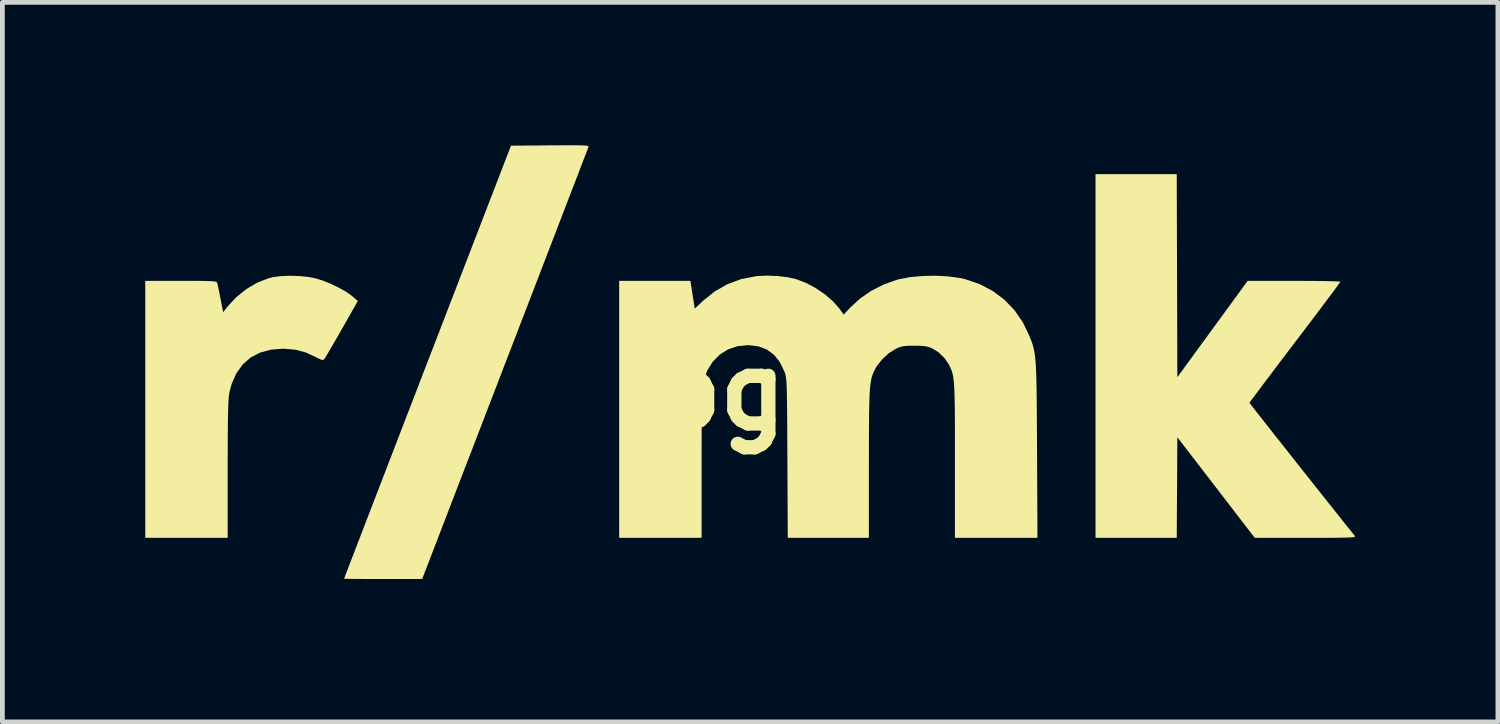
<source format=kicad_pcb>
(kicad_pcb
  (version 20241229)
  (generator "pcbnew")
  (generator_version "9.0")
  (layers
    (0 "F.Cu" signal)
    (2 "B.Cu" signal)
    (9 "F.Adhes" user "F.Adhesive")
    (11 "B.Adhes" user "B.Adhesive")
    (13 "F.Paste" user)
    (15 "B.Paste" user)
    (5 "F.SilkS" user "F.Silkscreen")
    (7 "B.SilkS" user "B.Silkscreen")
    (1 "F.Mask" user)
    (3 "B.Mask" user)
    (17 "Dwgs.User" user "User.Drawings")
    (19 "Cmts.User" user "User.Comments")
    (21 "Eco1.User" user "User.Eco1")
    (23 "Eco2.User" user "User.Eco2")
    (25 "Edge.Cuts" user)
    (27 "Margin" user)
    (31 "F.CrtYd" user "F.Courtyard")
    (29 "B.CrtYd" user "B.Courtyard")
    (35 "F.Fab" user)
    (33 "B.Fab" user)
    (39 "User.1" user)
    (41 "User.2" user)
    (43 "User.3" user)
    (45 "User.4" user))
  (footprint "logo"
    (layer "F.Cu")
    (at 12.369 5.163)
    (property "Reference" "logo" (at 0 0 0) (layer "F.SilkS") (effects (font (size 1.5 1.5) (thickness 0.3))))
    (attr board_only exclude_from_pos_files exclude_from_bom)
    (fp_poly (pts (xy -3.324 -5.163) (xy -3.22 -5.161) (xy -3.147 -5.158) (xy -3.1 -5.154) (xy -3.074 -5.147) (xy -3.063 -5.138) (xy -3.063 -5.126) (xy -3.064 -5.122) (xy -3.075 -5.094) (xy -3.103 -5.021) (xy -3.148 -4.905) (xy -3.208 -4.749) (xy -3.282 -4.554) (xy -3.371 -4.324) (xy -3.473 -4.06) (xy -3.586 -3.765) (xy -3.711 -3.441) (xy -3.845 -3.091) (xy -3.99 -2.716) (xy -4.142 -2.32) (xy -4.302 -1.904) (xy -4.469 -1.472) (xy -4.641 -1.024) (xy -4.817 -0.567) (xy -6.554 3.944) (xy -7.374 3.944) (xy -7.573 3.944) (xy -7.754 3.944) (xy -7.912 3.943) (xy -8.041 3.942) (xy -8.134 3.941) (xy -8.186 3.939) (xy -8.195 3.939) (xy -8.186 3.915) (xy -8.159 3.845) (xy -8.116 3.733) (xy -8.058 3.581) (xy -7.984 3.39) (xy -7.897 3.163) (xy -7.796 2.902) (xy -7.684 2.61) (xy -7.56 2.289) (xy -7.426 1.941) (xy -7.283 1.569) (xy -7.131 1.175) (xy -6.971 0.76) (xy -6.804 0.328) (xy -6.632 -0.119) (xy -6.455 -0.579) (xy -6.442 -0.611) (xy -4.69 -5.154) (xy -3.869 -5.161) (xy -3.643 -5.162) (xy -3.463 -5.163)) (stroke (width 0) (type solid)) (fill yes) (layer "F.SilkS"))
    (fp_poly (pts (xy -9.118 -2.416) (xy -8.925 -2.395) (xy -8.793 -2.368) (xy -8.637 -2.32) (xy -8.468 -2.251) (xy -8.302 -2.171) (xy -8.153 -2.087) (xy -8.035 -2.005) (xy -8.019 -1.991) (xy -7.906 -1.893) (xy -8.245 -1.296) (xy -8.336 -1.137) (xy -8.42 -0.991) (xy -8.494 -0.865) (xy -8.553 -0.765) (xy -8.594 -0.697) (xy -8.614 -0.668) (xy -8.64 -0.654) (xy -8.683 -0.663) (xy -8.753 -0.696) (xy -8.782 -0.712) (xy -8.995 -0.811) (xy -9.21 -0.869) (xy -9.444 -0.89) (xy -9.484 -0.891) (xy -9.738 -0.87) (xy -9.964 -0.807) (xy -10.159 -0.704) (xy -10.322 -0.56) (xy -10.454 -0.378) (xy -10.553 -0.157) (xy -10.602 0.025) (xy -10.61 0.074) (xy -10.617 0.14) (xy -10.623 0.229) (xy -10.627 0.343) (xy -10.631 0.487) (xy -10.634 0.664) (xy -10.636 0.879) (xy -10.637 1.134) (xy -10.638 1.435) (xy -10.638 1.635) (xy -10.638 3.08) (xy -11.504 3.08) (xy -12.369 3.08) (xy -12.369 0.382) (xy -12.369 -2.316) (xy -11.62 -2.316) (xy -11.404 -2.316) (xy -11.234 -2.315) (xy -11.104 -2.313) (xy -11.008 -2.31) (xy -10.942 -2.306) (xy -10.899 -2.3) (xy -10.874 -2.291) (xy -10.862 -2.28) (xy -10.858 -2.271) (xy -10.848 -2.229) (xy -10.831 -2.149) (xy -10.809 -2.044) (xy -10.789 -1.942) (xy -10.734 -1.658) (xy -10.64 -1.777) (xy -10.459 -1.972) (xy -10.251 -2.14) (xy -10.027 -2.273) (xy -9.795 -2.366) (xy -9.684 -2.394) (xy -9.517 -2.416) (xy -9.322 -2.423)) (stroke (width 0) (type solid)) (fill yes) (layer "F.SilkS"))
    (fp_poly (pts (xy 9.296 -2.424) (xy 9.302 -0.293) (xy 10.04 -1.304) (xy 10.778 -2.315) (xy 11.752 -2.315) (xy 11.969 -2.315) (xy 12.169 -2.314) (xy 12.347 -2.312) (xy 12.497 -2.309) (xy 12.613 -2.306) (xy 12.691 -2.302) (xy 12.724 -2.298) (xy 12.725 -2.297) (xy 12.71 -2.274) (xy 12.667 -2.214) (xy 12.598 -2.12) (xy 12.506 -1.997) (xy 12.394 -1.847) (xy 12.264 -1.674) (xy 12.119 -1.482) (xy 11.961 -1.274) (xy 11.794 -1.054) (xy 11.771 -1.024) (xy 11.602 -0.802) (xy 11.443 -0.592) (xy 11.297 -0.398) (xy 11.164 -0.223) (xy 11.05 -0.071) (xy 10.955 0.056) (xy 10.883 0.152) (xy 10.836 0.216) (xy 10.817 0.244) (xy 10.817 0.245) (xy 10.832 0.266) (xy 10.876 0.323) (xy 10.945 0.412) (xy 11.037 0.529) (xy 11.148 0.67) (xy 11.276 0.832) (xy 11.416 1.01) (xy 11.567 1.2) (xy 11.724 1.399) (xy 11.885 1.603) (xy 12.047 1.807) (xy 12.207 2.009) (xy 12.361 2.203) (xy 12.507 2.386) (xy 12.641 2.555) (xy 12.76 2.705) (xy 12.861 2.832) (xy 12.942 2.932) (xy 12.999 3.002) (xy 13.026 3.035) (xy 13.033 3.046) (xy 13.031 3.055) (xy 13.016 3.062) (xy 12.984 3.068) (xy 12.929 3.072) (xy 12.848 3.075) (xy 12.736 3.077) (xy 12.589 3.079) (xy 12.403 3.079) (xy 12.173 3.08) (xy 11.996 3.08) (xy 10.927 3.08) (xy 10.115 2.024) (xy 9.302 0.968) (xy 9.296 2.024) (xy 9.289 3.08) (xy 8.437 3.08) (xy 7.584 3.08) (xy 7.584 -0.738) (xy 7.584 -4.556) (xy 8.437 -4.556) (xy 9.289 -4.556)) (stroke (width 0) (type solid)) (fill yes) (layer "F.SilkS"))
    (fp_poly (pts (xy 0.904 -2.417) (xy 1.114 -2.393) (xy 1.29 -2.354) (xy 1.496 -2.277) (xy 1.703 -2.167) (xy 1.9 -2.034) (xy 2.072 -1.885) (xy 2.209 -1.731) (xy 2.224 -1.709) (xy 2.296 -1.606) (xy 2.436 -1.758) (xy 2.636 -1.941) (xy 2.872 -2.104) (xy 3.132 -2.237) (xy 3.402 -2.335) (xy 3.467 -2.352) (xy 3.696 -2.395) (xy 3.952 -2.418) (xy 4.22 -2.424) (xy 4.483 -2.41) (xy 4.724 -2.378) (xy 4.846 -2.352) (xy 5.151 -2.248) (xy 5.428 -2.102) (xy 5.673 -1.918) (xy 5.885 -1.697) (xy 6.061 -1.44) (xy 6.191 -1.169) (xy 6.22 -1.098) (xy 6.244 -1.034) (xy 6.265 -0.971) (xy 6.283 -0.906) (xy 6.298 -0.836) (xy 6.311 -0.756) (xy 6.321 -0.663) (xy 6.33 -0.552) (xy 6.336 -0.42) (xy 6.342 -0.262) (xy 6.346 -0.075) (xy 6.349 0.146) (xy 6.351 0.403) (xy 6.353 0.702) (xy 6.355 1.046) (xy 6.356 1.228) (xy 6.365 3.08) (xy 5.499 3.08) (xy 4.632 3.08) (xy 4.632 1.456) (xy 4.632 1.113) (xy 4.632 0.817) (xy 4.631 0.563) (xy 4.629 0.349) (xy 4.626 0.169) (xy 4.622 0.02) (xy 4.616 -0.103) (xy 4.608 -0.203) (xy 4.598 -0.284) (xy 4.586 -0.351) (xy 4.571 -0.407) (xy 4.553 -0.457) (xy 4.532 -0.505) (xy 4.508 -0.554) (xy 4.505 -0.56) (xy 4.411 -0.697) (xy 4.285 -0.817) (xy 4.151 -0.9) (xy 4.082 -0.927) (xy 4.006 -0.944) (xy 3.91 -0.952) (xy 3.779 -0.954) (xy 3.656 -0.953) (xy 3.567 -0.946) (xy 3.497 -0.932) (xy 3.43 -0.907) (xy 3.382 -0.884) (xy 3.243 -0.796) (xy 3.11 -0.674) (xy 2.999 -0.537) (xy 2.953 -0.459) (xy 2.928 -0.408) (xy 2.907 -0.357) (xy 2.888 -0.303) (xy 2.873 -0.24) (xy 2.861 -0.165) (xy 2.85 -0.073) (xy 2.842 0.038) (xy 2.836 0.174) (xy 2.832 0.339) (xy 2.829 0.536) (xy 2.827 0.77) (xy 2.826 1.044) (xy 2.826 1.364) (xy 2.825 1.533) (xy 2.825 3.08) (xy 1.974 3.08) (xy 1.122 3.08) (xy 1.114 1.406) (xy 1.112 1.073) (xy 1.111 0.787) (xy 1.109 0.544) (xy 1.107 0.34) (xy 1.105 0.172) (xy 1.103 0.034) (xy 1.099 -0.077) (xy 1.096 -0.164) (xy 1.091 -0.232) (xy 1.085 -0.284) (xy 1.078 -0.325) (xy 1.069 -0.359) (xy 1.06 -0.389) (xy 1.05 -0.414) (xy 0.955 -0.611) (xy 0.832 -0.764) (xy 0.683 -0.874) (xy 0.506 -0.941) (xy 0.301 -0.966) (xy 0.289 -0.966) (xy 0.068 -0.944) (xy -0.131 -0.877) (xy -0.306 -0.768) (xy -0.453 -0.619) (xy -0.568 -0.434) (xy -0.649 -0.214) (xy -0.649 -0.211) (xy -0.657 -0.174) (xy -0.664 -0.124) (xy -0.67 -0.058) (xy -0.675 0.027) (xy -0.678 0.137) (xy -0.681 0.273) (xy -0.684 0.441) (xy -0.685 0.645) (xy -0.686 0.888) (xy -0.687 1.173) (xy -0.687 1.506) (xy -0.687 1.507) (xy -0.687 3.08) (xy -1.553 3.08) (xy -2.418 3.08) (xy -2.418 0.382) (xy -2.418 -2.316) (xy -1.67 -2.316) (xy -0.922 -2.316) (xy -0.877 -2.025) (xy -0.831 -1.733) (xy -0.659 -1.895) (xy -0.413 -2.093) (xy -0.145 -2.246) (xy 0.144 -2.353) (xy 0.453 -2.413) (xy 0.475 -2.415) (xy 0.684 -2.426)) (stroke (width 0) (type solid)) (fill yes) (layer "F.SilkS")))
  (gr_rect
    (start -3 -3)
    (end 28.402 12.108)
    (stroke (width 0.1) (type default))
    (fill no)
    (layer "Edge.Cuts")))
</source>
